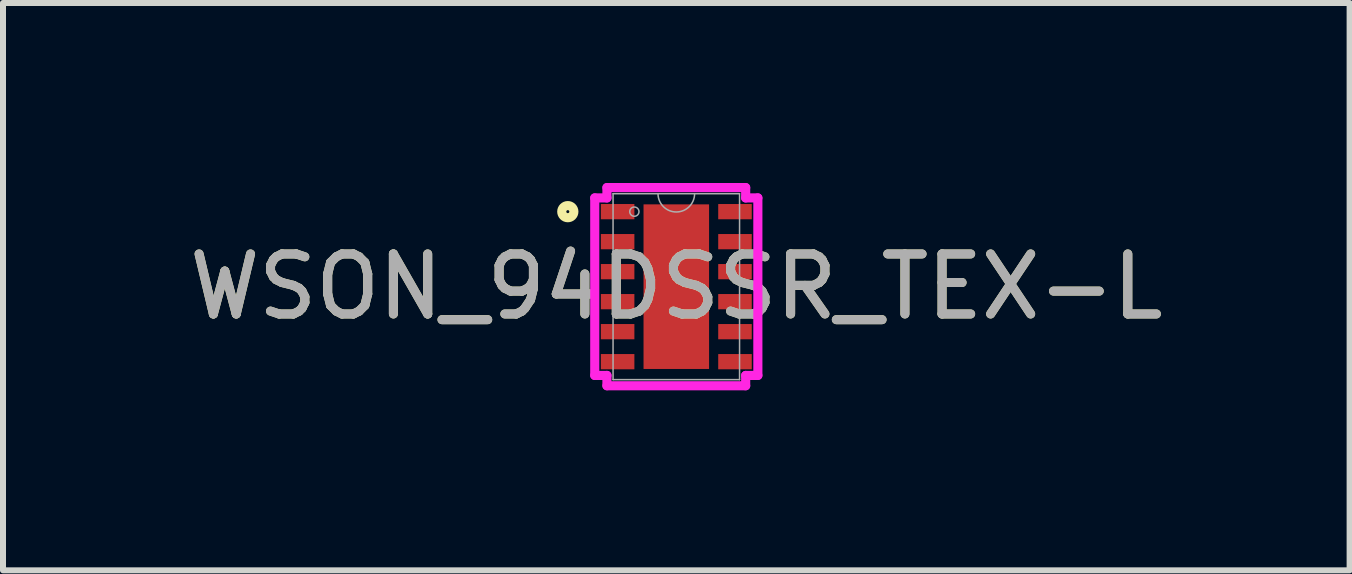
<source format=kicad_pcb>
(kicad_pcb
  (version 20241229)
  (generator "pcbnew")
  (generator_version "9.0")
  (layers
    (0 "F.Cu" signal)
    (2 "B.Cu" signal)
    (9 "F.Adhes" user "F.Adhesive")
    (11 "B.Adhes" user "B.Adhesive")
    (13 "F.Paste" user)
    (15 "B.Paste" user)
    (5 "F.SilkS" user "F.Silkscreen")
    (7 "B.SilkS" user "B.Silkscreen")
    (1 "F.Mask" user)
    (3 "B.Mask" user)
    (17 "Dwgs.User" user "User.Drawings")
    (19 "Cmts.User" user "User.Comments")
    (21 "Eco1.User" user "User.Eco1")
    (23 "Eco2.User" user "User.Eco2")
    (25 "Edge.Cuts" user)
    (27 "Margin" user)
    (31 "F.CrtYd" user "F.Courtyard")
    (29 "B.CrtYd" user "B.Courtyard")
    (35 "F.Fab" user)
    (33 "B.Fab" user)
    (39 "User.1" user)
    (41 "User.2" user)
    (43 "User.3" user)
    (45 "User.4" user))
  (footprint "WSON_94DSSR_TEX-L"
    (layer "F.Cu")
    (at 8.22 1.727)
    (property "Reference" "WSON_94DSSR_TEX-L" (at 0 0 0) (unlocked yes) (layer "F.SilkS") (effects (font (size 1 1) (thickness 0.15))))
    (attr smd)
    (fp_circle (center -1.808 -1.25) (end -1.707 -1.25) (stroke (width 0.152) (type solid)) (fill no) (layer "F.SilkS"))
    (fp_poly (pts (xy -0.446 -1.272) (xy -0.446 -0.1) (xy 0.446 -0.1) (xy 0.446 -1.272)) (stroke (width 0) (type solid)) (fill yes) (layer "F.Paste"))
    (fp_poly (pts (xy -0.446 0.1) (xy -0.446 1.272) (xy 0.446 1.272) (xy 0.446 0.1)) (stroke (width 0) (type solid)) (fill yes) (layer "F.Paste"))
    (fp_line (start -1.359 -1.479) (end -1.156 -1.479) (stroke (width 0.152) (type solid)) (layer "F.CrtYd"))
    (fp_line (start -1.359 1.479) (end -1.359 -1.479) (stroke (width 0.152) (type solid)) (layer "F.CrtYd"))
    (fp_line (start -1.359 1.479) (end -1.156 1.479) (stroke (width 0.152) (type solid)) (layer "F.CrtYd"))
    (fp_line (start -1.156 -1.651) (end 1.156 -1.651) (stroke (width 0.152) (type solid)) (layer "F.CrtYd"))
    (fp_line (start -1.156 -1.479) (end -1.156 -1.651) (stroke (width 0.152) (type solid)) (layer "F.CrtYd"))
    (fp_line (start -1.156 1.651) (end -1.156 1.479) (stroke (width 0.152) (type solid)) (layer "F.CrtYd"))
    (fp_line (start 1.156 -1.651) (end 1.156 -1.479) (stroke (width 0.152) (type solid)) (layer "F.CrtYd"))
    (fp_line (start 1.156 1.479) (end 1.156 1.651) (stroke (width 0.152) (type solid)) (layer "F.CrtYd"))
    (fp_line (start 1.156 1.651) (end -1.156 1.651) (stroke (width 0.152) (type solid)) (layer "F.CrtYd"))
    (fp_line (start 1.359 -1.479) (end 1.156 -1.479) (stroke (width 0.152) (type solid)) (layer "F.CrtYd"))
    (fp_line (start 1.359 -1.479) (end 1.359 1.479) (stroke (width 0.152) (type solid)) (layer "F.CrtYd"))
    (fp_line (start 1.359 1.479) (end 1.156 1.479) (stroke (width 0.152) (type solid)) (layer "F.CrtYd"))
    (fp_line (start -1.054 -1.549) (end -1.054 1.549) (stroke (width 0.025) (type solid)) (layer "F.Fab"))
    (fp_line (start -1.054 1.549) (end 1.054 1.549) (stroke (width 0.025) (type solid)) (layer "F.Fab"))
    (fp_line (start 1.054 -1.549) (end -1.054 -1.549) (stroke (width 0.025) (type solid)) (layer "F.Fab"))
    (fp_line (start 1.054 1.549) (end 1.054 -1.549) (stroke (width 0.025) (type solid)) (layer "F.Fab"))
    (fp_arc (start 0.3048 -1.5494) (mid 0 -1.2446) (end -0.3048 -1.5494) (stroke (width 0.0254) (type solid)) (layer "F.Fab"))
    (fp_circle (center -0.699 -1.25) (end -0.622 -1.25) (stroke (width 0.025) (type solid)) (fill no) (layer "F.Fab"))
    (fp_text user "${REFERENCE}" (at 0 0 0) (unlocked yes) (layer "F.Fab") (effects (font (size 1 1) (thickness 0.15))))
    (pad "1" smd rect (at -0.978 -1.25) (size 0.559 0.254) (layers "F.Cu" "F.Mask" "F.Paste"))
    (pad "2" smd rect (at -0.978 -0.75) (size 0.559 0.254) (layers "F.Cu" "F.Mask" "F.Paste"))
    (pad "3" smd rect (at -0.978 -0.25) (size 0.559 0.254) (layers "F.Cu" "F.Mask" "F.Paste"))
    (pad "4" smd rect (at -0.978 0.25) (size 0.559 0.254) (layers "F.Cu" "F.Mask" "F.Paste"))
    (pad "5" smd rect (at -0.978 0.75) (size 0.559 0.254) (layers "F.Cu" "F.Mask" "F.Paste"))
    (pad "6" smd rect (at -0.978 1.25) (size 0.559 0.254) (layers "F.Cu" "F.Mask" "F.Paste"))
    (pad "7" smd rect (at 0.978 1.25) (size 0.559 0.254) (layers "F.Cu" "F.Mask" "F.Paste"))
    (pad "8" smd rect (at 0.978 0.75) (size 0.559 0.254) (layers "F.Cu" "F.Mask" "F.Paste"))
    (pad "9" smd rect (at 0.978 0.25) (size 0.559 0.254) (layers "F.Cu" "F.Mask" "F.Paste"))
    (pad "10" smd rect (at 0.978 -0.25) (size 0.559 0.254) (layers "F.Cu" "F.Mask" "F.Paste"))
    (pad "11" smd rect (at 0.978 -0.75) (size 0.559 0.254) (layers "F.Cu" "F.Mask" "F.Paste"))
    (pad "12" smd rect (at 0.978 -1.25) (size 0.559 0.254) (layers "F.Cu" "F.Mask" "F.Paste"))
    (pad "13" smd rect (at 0 0) (size 1.092 2.743) (layers "F.Cu" "F.Mask" "F.Paste")))
  (gr_rect
    (start -3 -3)
    (end 19.44 6.454)
    (stroke (width 0.1) (type default))
    (fill no)
    (layer "Edge.Cuts")))
</source>
